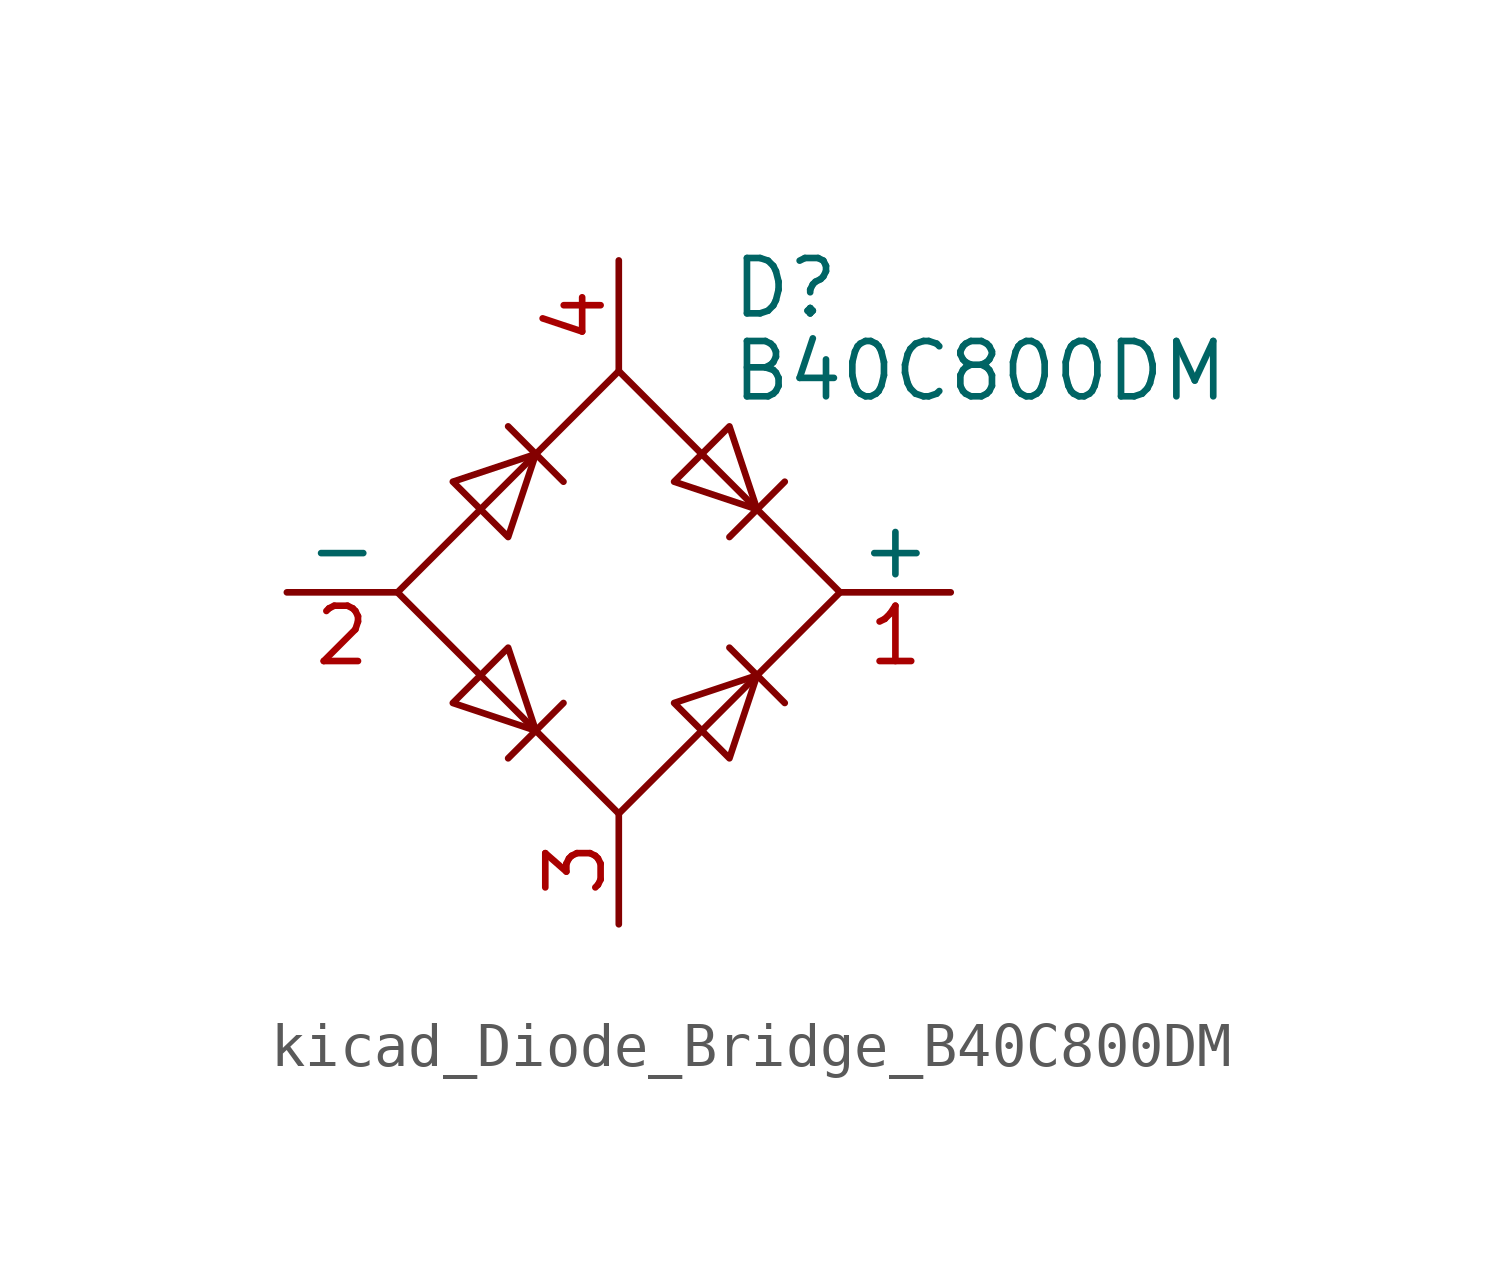
<source format=kicad_sym>
(kicad_symbol_lib
  (version 20220914)
  (generator kicad_symbol_editor)
  (symbol "kicad_Diode_Bridge_B40C800DM"
    (pin_names
      (offset 0))
    (property "Reference" "D"
      (at 2.54 6.985 0)
      (effects (font (size 1.27 1.27)) (justify left)))
    (property "Value" "B40C800DM"
      (at 2.54 5.08 0)
      (effects (font (size 1.27 1.27)) (justify left)))
    (symbol "kicad_Diode_Bridge_B40C800DM_0_1"
      (polyline (pts (xy -2.54 3.81) (xy -1.27 2.54)) (stroke (width 0) (type default)) (fill (type none)))
      (polyline (pts (xy -1.27 -2.54) (xy -2.54 -3.81)) (stroke (width 0) (type default)) (fill (type none)))
      (polyline (pts (xy 2.54 -1.27) (xy 3.81 -2.54)) (stroke (width 0) (type default)) (fill (type none)))
      (polyline (pts (xy 2.54 1.27) (xy 3.81 2.54)) (stroke (width 0) (type default)) (fill (type none)))
      (polyline (pts (xy -3.81 2.54) (xy -2.54 1.27) (xy -1.905 3.175) (xy -3.81 2.54)) (stroke (width 0) (type default)) (fill (type none)))
      (polyline (pts (xy -2.54 -1.27) (xy -3.81 -2.54) (xy -1.905 -3.175) (xy -2.54 -1.27)) (stroke (width 0) (type default)) (fill (type none)))
      (polyline (pts (xy 1.27 2.54) (xy 2.54 3.81) (xy 3.175 1.905) (xy 1.27 2.54)) (stroke (width 0) (type default)) (fill (type none)))
      (polyline (pts (xy 3.175 -1.905) (xy 1.27 -2.54) (xy 2.54 -3.81) (xy 3.175 -1.905)) (stroke (width 0) (type default)) (fill (type none)))
      (polyline (pts (xy -5.08 0) (xy 0 -5.08) (xy 5.08 0) (xy 0 5.08) (xy -5.08 0)) (stroke (width 0) (type default)) (fill (type none))))
    (symbol "kicad_Diode_Bridge_B40C800DM_1_1"
      (pin passive line (at 7.62 0 180) (length 2.54) (name "+" (effects (font (size 1.27 1.27)))) (number "1" (effects (font (size 1.27 1.27)))))
      (pin passive line (at -7.62 0 0) (length 2.54) (name "-" (effects (font (size 1.27 1.27)))) (number "2" (effects (font (size 1.27 1.27)))))
      (pin passive line (at 0 -7.62 90) (length 2.54) (name "~" (effects (font (size 1.27 1.27)))) (number "3" (effects (font (size 1.27 1.27)))))
      (pin passive line (at 0 7.62 270) (length 2.54) (name "~" (effects (font (size 1.27 1.27)))) (number "4" (effects (font (size 1.27 1.27))))))))
</source>
